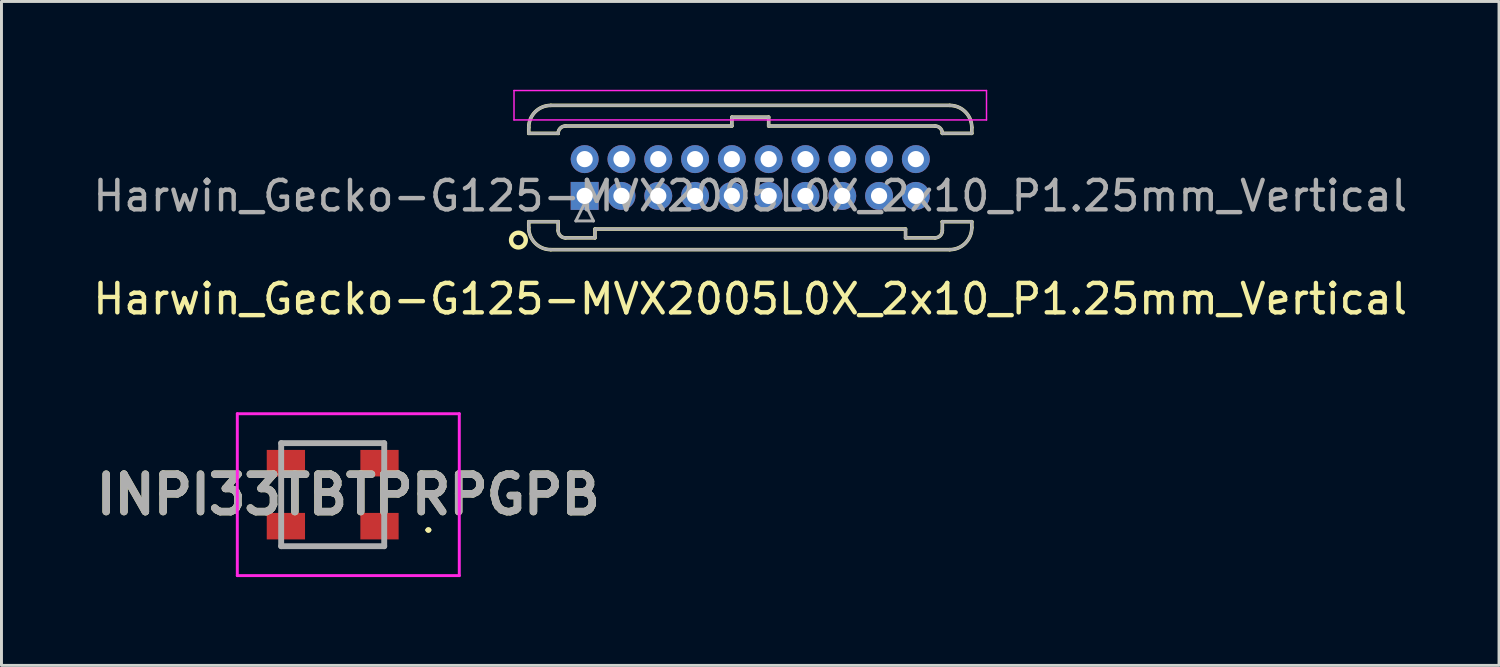
<source format=kicad_pcb>
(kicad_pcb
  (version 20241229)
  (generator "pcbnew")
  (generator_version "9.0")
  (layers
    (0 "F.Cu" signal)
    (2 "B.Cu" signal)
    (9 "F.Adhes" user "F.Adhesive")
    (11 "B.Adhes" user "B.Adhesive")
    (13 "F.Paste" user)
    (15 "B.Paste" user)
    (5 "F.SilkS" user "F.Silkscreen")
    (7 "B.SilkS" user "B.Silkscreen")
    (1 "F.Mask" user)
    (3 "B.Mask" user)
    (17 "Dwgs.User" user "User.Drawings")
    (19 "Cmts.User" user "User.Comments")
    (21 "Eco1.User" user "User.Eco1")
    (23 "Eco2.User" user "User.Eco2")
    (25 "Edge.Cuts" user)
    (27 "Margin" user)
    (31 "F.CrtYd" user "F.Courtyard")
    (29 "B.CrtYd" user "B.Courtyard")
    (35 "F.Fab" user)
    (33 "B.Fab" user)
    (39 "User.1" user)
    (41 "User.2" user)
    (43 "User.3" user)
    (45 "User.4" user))
  (footprint "Harwin_Gecko-G125-MVX2005L0X_2x10_P1.25mm_Vertical"
    (layer "F.Cu")
    (at 16.81 3.605)
    (property "Reference" "Harwin_Gecko-G125-MVX2005L0X_2x10_P1.25mm_Vertical" (at 5.625 3.5 0) (layer "F.SilkS") (effects (font (size 1 1) (thickness 0.15))))
    (attr through_hole)
    (fp_line (start -1.9 -2.325) (end -1.9 -2.125) (stroke (width 0.12) (type solid)) (layer "F.SilkS"))
    (fp_line (start -1.9 -2.125) (end -0.9 -2.125) (stroke (width 0.12) (type solid)) (layer "F.SilkS"))
    (fp_line (start -1.9 0.875) (end -0.9 0.875) (stroke (width 0.12) (type solid)) (layer "F.SilkS"))
    (fp_line (start -1.9 1.075) (end -1.9 0.875) (stroke (width 0.12) (type solid)) (layer "F.SilkS"))
    (fp_line (start -1.15 -3.075) (end 12.4 -3.075) (stroke (width 0.12) (type solid)) (layer "F.SilkS"))
    (fp_line (start -1.15 1.825) (end 12.4 1.825) (stroke (width 0.12) (type solid)) (layer "F.SilkS"))
    (fp_line (start -0.9 -2.125) (end -0.9 -2.125) (stroke (width 0.12) (type solid)) (layer "F.SilkS"))
    (fp_line (start -0.9 0.875) (end -0.9 0.875) (stroke (width 0.12) (type solid)) (layer "F.SilkS"))
    (fp_line (start -0.9 1.175) (end -0.9 0.875) (stroke (width 0.12) (type solid)) (layer "F.SilkS"))
    (fp_line (start -0.65 -2.375) (end 5 -2.375) (stroke (width 0.12) (type solid)) (layer "F.SilkS"))
    (fp_line (start -0.65 1.425) (end 0.35 1.425) (stroke (width 0.12) (type solid)) (layer "F.SilkS"))
    (fp_line (start 0.35 1.125) (end 10.9 1.125) (stroke (width 0.12) (type solid)) (layer "F.SilkS"))
    (fp_line (start 0.35 1.425) (end 0.35 1.125) (stroke (width 0.12) (type solid)) (layer "F.SilkS"))
    (fp_line (start 5 -2.675) (end 6.25 -2.675) (stroke (width 0.12) (type solid)) (layer "F.SilkS"))
    (fp_line (start 5 -2.375) (end 5 -2.675) (stroke (width 0.12) (type solid)) (layer "F.SilkS"))
    (fp_line (start 6.25 -2.675) (end 6.25 -2.375) (stroke (width 0.12) (type solid)) (layer "F.SilkS"))
    (fp_line (start 6.25 -2.375) (end 11.9 -2.375) (stroke (width 0.12) (type solid)) (layer "F.SilkS"))
    (fp_line (start 10.9 1.125) (end 10.9 1.425) (stroke (width 0.12) (type solid)) (layer "F.SilkS"))
    (fp_line (start 10.9 1.425) (end 11.9 1.425) (stroke (width 0.12) (type solid)) (layer "F.SilkS"))
    (fp_line (start 12.15 -2.125) (end 12.15 -2.125) (stroke (width 0.12) (type solid)) (layer "F.SilkS"))
    (fp_line (start 12.15 0.875) (end 12.15 0.875) (stroke (width 0.12) (type solid)) (layer "F.SilkS"))
    (fp_line (start 12.15 1.175) (end 12.15 0.875) (stroke (width 0.12) (type solid)) (layer "F.SilkS"))
    (fp_line (start 13.15 -2.325) (end 13.15 -2.125) (stroke (width 0.12) (type solid)) (layer "F.SilkS"))
    (fp_line (start 13.15 -2.125) (end 12.15 -2.125) (stroke (width 0.12) (type solid)) (layer "F.SilkS"))
    (fp_line (start 13.15 0.875) (end 12.15 0.875) (stroke (width 0.12) (type solid)) (layer "F.SilkS"))
    (fp_line (start 13.15 1.075) (end 13.15 0.875) (stroke (width 0.12) (type solid)) (layer "F.SilkS"))
    (fp_arc (start -1.9 -2.325) (mid -1.68033 -2.85533) (end -1.15 -3.075) (stroke (width 0.12) (type solid)) (layer "F.SilkS"))
    (fp_arc (start -1.15 1.825) (mid -1.68033 1.60533) (end -1.9 1.075) (stroke (width 0.12) (type solid)) (layer "F.SilkS"))
    (fp_arc (start -0.9 -2.125) (mid -0.826777 -2.301777) (end -0.65 -2.375) (stroke (width 0.12) (type solid)) (layer "F.SilkS"))
    (fp_arc (start -0.65 1.425) (mid -0.826777 1.351777) (end -0.9 1.175) (stroke (width 0.12) (type solid)) (layer "F.SilkS"))
    (fp_arc (start 11.9 -2.375) (mid 12.076777 -2.301777) (end 12.15 -2.125) (stroke (width 0.12) (type solid)) (layer "F.SilkS"))
    (fp_arc (start 12.15 1.175) (mid 12.076777 1.351777) (end 11.9 1.425) (stroke (width 0.12) (type solid)) (layer "F.SilkS"))
    (fp_arc (start 12.4 -3.075) (mid 12.93033 -2.85533) (end 13.15 -2.325) (stroke (width 0.12) (type solid)) (layer "F.SilkS"))
    (fp_arc (start 13.15 1.075) (mid 12.93033 1.60533) (end 12.4 1.825) (stroke (width 0.12) (type solid)) (layer "F.SilkS"))
    (fp_circle (center -2.25 1.5) (end -2 1.5) (stroke (width 0.15) (type solid)) (fill no) (layer "F.SilkS"))
    (fp_line (start -2.4 -3.58) (end -2.4 -2.58) (stroke (width 0.05) (type solid)) (layer "F.CrtYd"))
    (fp_line (start -2.4 -2.58) (end 13.65 -2.58) (stroke (width 0.05) (type solid)) (layer "F.CrtYd"))
    (fp_line (start 13.65 -3.58) (end -2.4 -3.58) (stroke (width 0.05) (type solid)) (layer "F.CrtYd"))
    (fp_line (start 13.65 -2.58) (end 13.65 -3.58) (stroke (width 0.05) (type solid)) (layer "F.CrtYd"))
    (fp_line (start -1.9 -2.325) (end -1.9 -2.125) (stroke (width 0.1) (type solid)) (layer "F.Fab"))
    (fp_line (start -1.9 -2.125) (end -0.9 -2.125) (stroke (width 0.1) (type solid)) (layer "F.Fab"))
    (fp_line (start -1.9 0.875) (end -0.9 0.875) (stroke (width 0.1) (type solid)) (layer "F.Fab"))
    (fp_line (start -1.9 1.075) (end -1.9 0.875) (stroke (width 0.1) (type solid)) (layer "F.Fab"))
    (fp_line (start -1.15 -3.075) (end 12.4 -3.075) (stroke (width 0.1) (type solid)) (layer "F.Fab"))
    (fp_line (start -1.15 1.825) (end 12.4 1.825) (stroke (width 0.1) (type solid)) (layer "F.Fab"))
    (fp_line (start -0.9 -2.125) (end -0.9 -2.125) (stroke (width 0.1) (type solid)) (layer "F.Fab"))
    (fp_line (start -0.9 0.875) (end -0.9 0.875) (stroke (width 0.1) (type solid)) (layer "F.Fab"))
    (fp_line (start -0.9 1.175) (end -0.9 0.875) (stroke (width 0.1) (type solid)) (layer "F.Fab"))
    (fp_line (start -0.65 -2.375) (end 5 -2.375) (stroke (width 0.1) (type solid)) (layer "F.Fab"))
    (fp_line (start -0.65 1.425) (end 0.35 1.425) (stroke (width 0.1) (type solid)) (layer "F.Fab"))
    (fp_line (start -0.3 0.85) (end 0.3 0.85) (stroke (width 0.1) (type solid)) (layer "F.Fab"))
    (fp_line (start 0 0.25) (end -0.3 0.85) (stroke (width 0.1) (type solid)) (layer "F.Fab"))
    (fp_line (start 0.3 0.85) (end 0 0.25) (stroke (width 0.1) (type solid)) (layer "F.Fab"))
    (fp_line (start 0.35 1.125) (end 10.9 1.125) (stroke (width 0.1) (type solid)) (layer "F.Fab"))
    (fp_line (start 0.35 1.425) (end 0.35 1.125) (stroke (width 0.1) (type solid)) (layer "F.Fab"))
    (fp_line (start 5 -2.675) (end 6.25 -2.675) (stroke (width 0.1) (type solid)) (layer "F.Fab"))
    (fp_line (start 5 -2.375) (end 5 -2.675) (stroke (width 0.1) (type solid)) (layer "F.Fab"))
    (fp_line (start 6.25 -2.675) (end 6.25 -2.375) (stroke (width 0.1) (type solid)) (layer "F.Fab"))
    (fp_line (start 6.25 -2.375) (end 11.9 -2.375) (stroke (width 0.1) (type solid)) (layer "F.Fab"))
    (fp_line (start 10.9 1.125) (end 10.9 1.425) (stroke (width 0.1) (type solid)) (layer "F.Fab"))
    (fp_line (start 10.9 1.425) (end 11.9 1.425) (stroke (width 0.1) (type solid)) (layer "F.Fab"))
    (fp_line (start 12.15 -2.125) (end 12.15 -2.125) (stroke (width 0.1) (type solid)) (layer "F.Fab"))
    (fp_line (start 12.15 0.875) (end 12.15 0.875) (stroke (width 0.1) (type solid)) (layer "F.Fab"))
    (fp_line (start 12.15 1.175) (end 12.15 0.875) (stroke (width 0.1) (type solid)) (layer "F.Fab"))
    (fp_line (start 13.15 -2.325) (end 13.15 -2.125) (stroke (width 0.1) (type solid)) (layer "F.Fab"))
    (fp_line (start 13.15 -2.125) (end 12.15 -2.125) (stroke (width 0.1) (type solid)) (layer "F.Fab"))
    (fp_line (start 13.15 0.875) (end 12.15 0.875) (stroke (width 0.1) (type solid)) (layer "F.Fab"))
    (fp_line (start 13.15 1.075) (end 13.15 0.875) (stroke (width 0.1) (type solid)) (layer "F.Fab"))
    (fp_arc (start -1.9 -2.325) (mid -1.68033 -2.85533) (end -1.15 -3.075) (stroke (width 0.1) (type solid)) (layer "F.Fab"))
    (fp_arc (start -1.15 1.825) (mid -1.68033 1.60533) (end -1.9 1.075) (stroke (width 0.1) (type solid)) (layer "F.Fab"))
    (fp_arc (start -0.9 -2.125) (mid -0.826777 -2.301777) (end -0.65 -2.375) (stroke (width 0.1) (type solid)) (layer "F.Fab"))
    (fp_arc (start -0.65 1.425) (mid -0.826777 1.351777) (end -0.9 1.175) (stroke (width 0.1) (type solid)) (layer "F.Fab"))
    (fp_arc (start 11.9 -2.375) (mid 12.076777 -2.301777) (end 12.15 -2.125) (stroke (width 0.1) (type solid)) (layer "F.Fab"))
    (fp_arc (start 12.15 1.175) (mid 12.076777 1.351777) (end 11.9 1.425) (stroke (width 0.1) (type solid)) (layer "F.Fab"))
    (fp_arc (start 12.4 -3.075) (mid 12.93033 -2.85533) (end 13.15 -2.325) (stroke (width 0.1) (type solid)) (layer "F.Fab"))
    (fp_arc (start 13.15 1.075) (mid 12.93033 1.60533) (end 12.4 1.825) (stroke (width 0.1) (type solid)) (layer "F.Fab"))
    (fp_text user "${REFERENCE}" (at 5.625 0 0) (layer "F.Fab") (effects (font (size 1 1) (thickness 0.15))))
    (pad "1" thru_hole rect (at 0 0) (size 0.95 0.95) (drill 0.55) (layers "*.Cu" "*.Mask"))
    (pad "2" thru_hole circle (at 1.25 0) (size 0.95 0.95) (drill 0.55) (layers "*.Cu" "*.Mask"))
    (pad "3" thru_hole circle (at 2.5 0) (size 0.95 0.95) (drill 0.55) (layers "*.Cu" "*.Mask"))
    (pad "4" thru_hole circle (at 3.75 0) (size 0.95 0.95) (drill 0.55) (layers "*.Cu" "*.Mask"))
    (pad "5" thru_hole circle (at 5 0) (size 0.95 0.95) (drill 0.55) (layers "*.Cu" "*.Mask"))
    (pad "6" thru_hole circle (at 6.25 0) (size 0.95 0.95) (drill 0.55) (layers "*.Cu" "*.Mask"))
    (pad "7" thru_hole circle (at 7.5 0) (size 0.95 0.95) (drill 0.55) (layers "*.Cu" "*.Mask"))
    (pad "8" thru_hole circle (at 8.75 0) (size 0.95 0.95) (drill 0.55) (layers "*.Cu" "*.Mask"))
    (pad "9" thru_hole circle (at 10 0) (size 0.95 0.95) (drill 0.55) (layers "*.Cu" "*.Mask"))
    (pad "10" thru_hole circle (at 11.25 0) (size 0.95 0.95) (drill 0.55) (layers "*.Cu" "*.Mask"))
    (pad "11" thru_hole circle (at 0 -1.25) (size 0.95 0.95) (drill 0.55) (layers "*.Cu" "*.Mask"))
    (pad "12" thru_hole circle (at 1.25 -1.25) (size 0.95 0.95) (drill 0.55) (layers "*.Cu" "*.Mask"))
    (pad "13" thru_hole circle (at 2.5 -1.25) (size 0.95 0.95) (drill 0.55) (layers "*.Cu" "*.Mask"))
    (pad "14" thru_hole circle (at 3.75 -1.25) (size 0.95 0.95) (drill 0.55) (layers "*.Cu" "*.Mask"))
    (pad "15" thru_hole circle (at 5 -1.25) (size 0.95 0.95) (drill 0.55) (layers "*.Cu" "*.Mask"))
    (pad "16" thru_hole circle (at 6.25 -1.25) (size 0.95 0.95) (drill 0.55) (layers "*.Cu" "*.Mask"))
    (pad "17" thru_hole circle (at 7.5 -1.25) (size 0.95 0.95) (drill 0.55) (layers "*.Cu" "*.Mask"))
    (pad "18" thru_hole circle (at 8.75 -1.25) (size 0.95 0.95) (drill 0.55) (layers "*.Cu" "*.Mask"))
    (pad "19" thru_hole circle (at 10 -1.25) (size 0.95 0.95) (drill 0.55) (layers "*.Cu" "*.Mask"))
    (pad "20" thru_hole circle (at 11.25 -1.25) (size 0.95 0.95) (drill 0.55) (layers "*.Cu" "*.Mask")))
  (footprint "INPI33TBTPRPGPB"
    (layer "F.Cu")
    (at 8.251 13.753)
    (property "Reference" "INPI33TBTPRPGPB" (at 0.53 0 0) (layer "F.SilkS") (effects (font (size 1.27 1.27) (thickness 0.254))))
    (attr smd)
    (fp_line (start -0.8 -1.75) (end 0.8 -1.75) (stroke (width 0.1) (type solid)) (layer "F.SilkS"))
    (fp_line (start -0.8 1.75) (end 0.8 1.75) (stroke (width 0.1) (type solid)) (layer "F.SilkS"))
    (fp_line (start 3.2 1.2) (end 3.2 1.2) (stroke (width 0.1) (type solid)) (layer "F.SilkS"))
    (fp_line (start 3.3 1.2) (end 3.3 1.2) (stroke (width 0.1) (type solid)) (layer "F.SilkS"))
    (fp_arc (start 3.2 1.2) (mid 3.25 1.15) (end 3.3 1.2) (stroke (width 0.1) (type solid)) (layer "F.SilkS"))
    (fp_arc (start 3.3 1.2) (mid 3.25 1.25) (end 3.2 1.2) (stroke (width 0.1) (type solid)) (layer "F.SilkS"))
    (fp_line (start -3.24 -2.75) (end 4.3 -2.75) (stroke (width 0.1) (type solid)) (layer "F.CrtYd"))
    (fp_line (start -3.24 2.75) (end -3.24 -2.75) (stroke (width 0.1) (type solid)) (layer "F.CrtYd"))
    (fp_line (start 4.3 -2.75) (end 4.3 2.75) (stroke (width 0.1) (type solid)) (layer "F.CrtYd"))
    (fp_line (start 4.3 2.75) (end -3.24 2.75) (stroke (width 0.1) (type solid)) (layer "F.CrtYd"))
    (fp_line (start -1.75 -1.75) (end 1.75 -1.75) (stroke (width 0.2) (type solid)) (layer "F.Fab"))
    (fp_line (start -1.75 1.75) (end -1.75 -1.75) (stroke (width 0.2) (type solid)) (layer "F.Fab"))
    (fp_line (start 1.75 -1.75) (end 1.75 1.75) (stroke (width 0.2) (type solid)) (layer "F.Fab"))
    (fp_line (start 1.75 1.75) (end -1.75 1.75) (stroke (width 0.2) (type solid)) (layer "F.Fab"))
    (fp_text user "${REFERENCE}" (at 0.53 0 0) (layer "F.Fab") (effects (font (size 1.27 1.27) (thickness 0.254))))
    (pad "1" smd rect (at 1.59 1.07 90) (size 0.9 1.3) (layers "F.Cu" "F.Mask" "F.Paste"))
    (pad "2" smd rect (at 1.59 -1.07 90) (size 0.9 1.3) (layers "F.Cu" "F.Mask" "F.Paste"))
    (pad "3" smd rect (at -1.59 -1.07 90) (size 0.9 1.3) (layers "F.Cu" "F.Mask" "F.Paste"))
    (pad "4" smd rect (at -1.59 1.07 90) (size 0.9 1.3) (layers "F.Cu" "F.Mask" "F.Paste")))
  (gr_rect
    (start -3 -3)
    (end 47.869 19.553)
    (stroke (width 0.1) (type default))
    (fill no)
    (layer "Edge.Cuts")))
</source>
